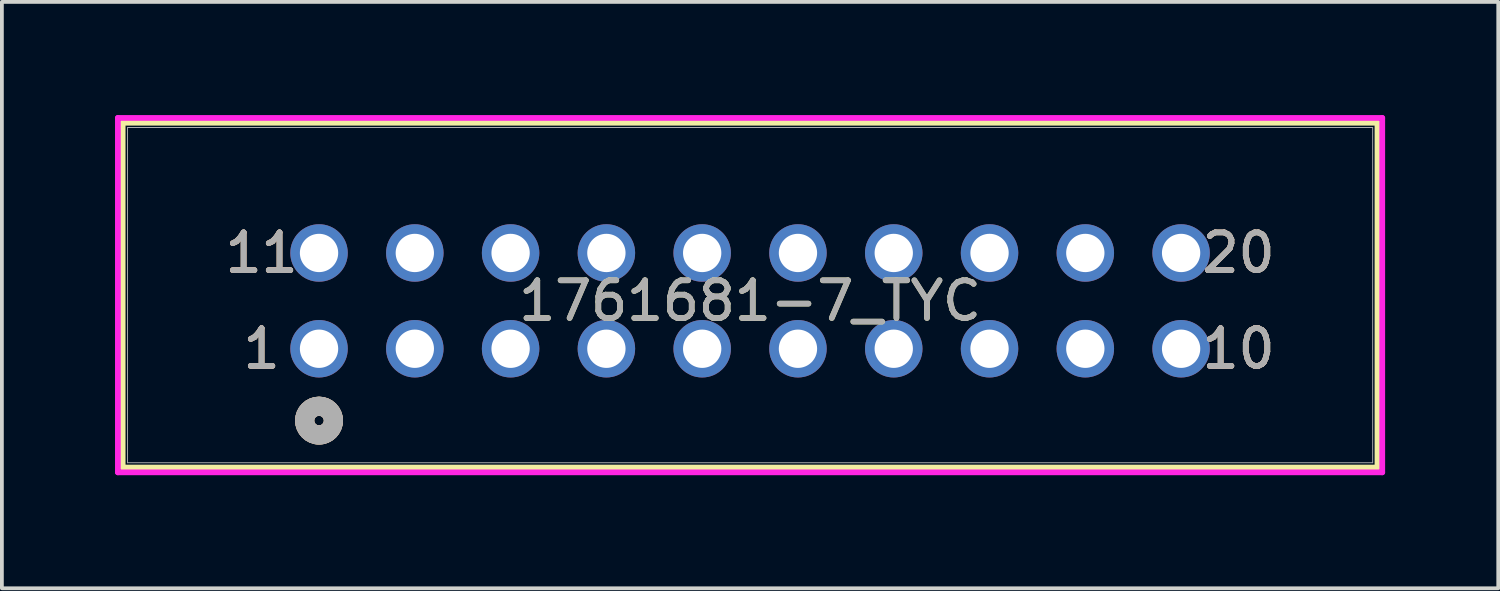
<source format=kicad_pcb>
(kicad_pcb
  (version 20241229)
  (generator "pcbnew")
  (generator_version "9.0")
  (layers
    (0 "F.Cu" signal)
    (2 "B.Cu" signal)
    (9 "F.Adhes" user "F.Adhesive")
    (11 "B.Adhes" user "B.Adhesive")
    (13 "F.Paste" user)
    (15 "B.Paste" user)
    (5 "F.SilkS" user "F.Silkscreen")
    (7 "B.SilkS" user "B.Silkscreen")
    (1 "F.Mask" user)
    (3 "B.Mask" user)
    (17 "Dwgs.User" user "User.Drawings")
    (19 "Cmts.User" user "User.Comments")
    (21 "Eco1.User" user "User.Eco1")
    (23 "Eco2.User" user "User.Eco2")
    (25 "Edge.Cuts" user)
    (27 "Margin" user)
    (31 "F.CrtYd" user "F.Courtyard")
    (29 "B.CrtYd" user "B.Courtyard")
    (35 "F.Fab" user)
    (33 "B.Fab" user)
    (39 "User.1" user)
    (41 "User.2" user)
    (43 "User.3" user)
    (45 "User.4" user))
  (footprint "1761681-7_TYC"
    (layer "F.Cu")
    (at 5.41 6.198)
    (property "Reference" "1761681-7_TYC" (at 11.43 -1.27 0) (unlocked yes) (layer "F.SilkS") (effects (font (size 1 1) (thickness 0.15))))
    (attr through_hole)
    (fp_line (start -5.207 -5.994) (end -5.207 3.15) (stroke (width 0.152) (type solid)) (layer "F.SilkS"))
    (fp_line (start -5.207 3.15) (end 28.067 3.15) (stroke (width 0.152) (type solid)) (layer "F.SilkS"))
    (fp_line (start 28.067 -5.994) (end -5.207 -5.994) (stroke (width 0.152) (type solid)) (layer "F.SilkS"))
    (fp_line (start 28.067 3.15) (end 28.067 -5.994) (stroke (width 0.152) (type solid)) (layer "F.SilkS"))
    (fp_circle (center 0 1.905) (end 0.381 1.905) (stroke (width 0.508) (type solid)) (fill no) (layer "F.SilkS"))
    (fp_circle (center 0 1.905) (end 0.381 1.905) (stroke (width 0.508) (type solid)) (fill no) (layer "B.SilkS"))
    (fp_line (start -5.334 -6.121) (end -5.334 3.277) (stroke (width 0.152) (type solid)) (layer "F.CrtYd"))
    (fp_line (start -5.334 3.277) (end 28.194 3.277) (stroke (width 0.152) (type solid)) (layer "F.CrtYd"))
    (fp_line (start 28.194 -6.121) (end -5.334 -6.121) (stroke (width 0.152) (type solid)) (layer "F.CrtYd"))
    (fp_line (start 28.194 3.277) (end 28.194 -6.121) (stroke (width 0.152) (type solid)) (layer "F.CrtYd"))
    (fp_line (start -5.08 -5.867) (end -5.08 3.023) (stroke (width 0.025) (type solid)) (layer "F.Fab"))
    (fp_line (start -5.08 3.023) (end 27.94 3.023) (stroke (width 0.025) (type solid)) (layer "F.Fab"))
    (fp_line (start 27.94 -5.867) (end -5.08 -5.867) (stroke (width 0.025) (type solid)) (layer "F.Fab"))
    (fp_line (start 27.94 3.023) (end 27.94 -5.867) (stroke (width 0.025) (type solid)) (layer "F.Fab"))
    (fp_circle (center 0 1.905) (end 0.381 1.905) (stroke (width 0.508) (type solid)) (fill no) (layer "F.Fab"))
    (fp_text user "10" (at 24.384 0 0) (unlocked yes) (layer "F.SilkS") (effects (font (size 1 1) (thickness 0.15))))
    (fp_text user "11" (at -1.524 -2.54 0) (unlocked yes) (layer "F.SilkS") (effects (font (size 1 1) (thickness 0.15))))
    (fp_text user "1" (at -1.524 0 0) (unlocked yes) (layer "F.SilkS") (effects (font (size 1 1) (thickness 0.15))))
    (fp_text user "20" (at 24.384 -2.54 0) (unlocked yes) (layer "F.SilkS") (effects (font (size 1 1) (thickness 0.15))))
    (fp_text user "11" (at -1.524 -2.54 0) (unlocked yes) (layer "B.SilkS") (effects (font (size 1 1) (thickness 0.15))))
    (fp_text user "1" (at -1.524 0 0) (unlocked yes) (layer "B.SilkS") (effects (font (size 1 1) (thickness 0.15))))
    (fp_text user "20" (at 24.384 -2.54 0) (unlocked yes) (layer "B.SilkS") (effects (font (size 1 1) (thickness 0.15))))
    (fp_text user "10" (at 24.384 0 0) (unlocked yes) (layer "B.SilkS") (effects (font (size 1 1) (thickness 0.15))))
    (fp_text user "${REFERENCE}" (at 11.43 -1.27 0) (unlocked yes) (layer "F.Fab") (effects (font (size 1 1) (thickness 0.15))))
    (fp_text user "1" (at -1.524 0 0) (unlocked yes) (layer "F.Fab") (effects (font (size 1 1) (thickness 0.15))))
    (fp_text user "10" (at 24.384 0 0) (unlocked yes) (layer "F.Fab") (effects (font (size 1 1) (thickness 0.15))))
    (fp_text user "20" (at 24.384 -2.54 0) (unlocked yes) (layer "F.Fab") (effects (font (size 1 1) (thickness 0.15))))
    (fp_text user "11" (at -1.524 -2.54 0) (unlocked yes) (layer "F.Fab") (effects (font (size 1 1) (thickness 0.15))))
    (pad "1" thru_hole circle (at 0 0) (size 1.524 1.524) (drill 1.016) (layers "*.Cu" "*.Mask"))
    (pad "2" thru_hole circle (at 2.54 0) (size 1.524 1.524) (drill 1.016) (layers "*.Cu" "*.Mask"))
    (pad "3" thru_hole circle (at 5.08 0) (size 1.524 1.524) (drill 1.016) (layers "*.Cu" "*.Mask"))
    (pad "4" thru_hole circle (at 7.62 0) (size 1.524 1.524) (drill 1.016) (layers "*.Cu" "*.Mask"))
    (pad "5" thru_hole circle (at 10.16 0) (size 1.524 1.524) (drill 1.016) (layers "*.Cu" "*.Mask"))
    (pad "6" thru_hole circle (at 12.7 0) (size 1.524 1.524) (drill 1.016) (layers "*.Cu" "*.Mask"))
    (pad "7" thru_hole circle (at 15.24 0) (size 1.524 1.524) (drill 1.016) (layers "*.Cu" "*.Mask"))
    (pad "8" thru_hole circle (at 17.78 0) (size 1.524 1.524) (drill 1.016) (layers "*.Cu" "*.Mask"))
    (pad "9" thru_hole circle (at 20.32 0) (size 1.524 1.524) (drill 1.016) (layers "*.Cu" "*.Mask"))
    (pad "10" thru_hole circle (at 22.86 0) (size 1.524 1.524) (drill 1.016) (layers "*.Cu" "*.Mask"))
    (pad "11" thru_hole circle (at 0 -2.54) (size 1.524 1.524) (drill 1.016) (layers "*.Cu" "*.Mask"))
    (pad "12" thru_hole circle (at 2.54 -2.54) (size 1.524 1.524) (drill 1.016) (layers "*.Cu" "*.Mask"))
    (pad "13" thru_hole circle (at 5.08 -2.54) (size 1.524 1.524) (drill 1.016) (layers "*.Cu" "*.Mask"))
    (pad "14" thru_hole circle (at 7.62 -2.54) (size 1.524 1.524) (drill 1.016) (layers "*.Cu" "*.Mask"))
    (pad "15" thru_hole circle (at 10.16 -2.54) (size 1.524 1.524) (drill 1.016) (layers "*.Cu" "*.Mask"))
    (pad "16" thru_hole circle (at 12.7 -2.54) (size 1.524 1.524) (drill 1.016) (layers "*.Cu" "*.Mask"))
    (pad "17" thru_hole circle (at 15.24 -2.54) (size 1.524 1.524) (drill 1.016) (layers "*.Cu" "*.Mask"))
    (pad "18" thru_hole circle (at 17.78 -2.54) (size 1.524 1.524) (drill 1.016) (layers "*.Cu" "*.Mask"))
    (pad "19" thru_hole circle (at 20.32 -2.54) (size 1.524 1.524) (drill 1.016) (layers "*.Cu" "*.Mask"))
    (pad "20" thru_hole circle (at 22.86 -2.54) (size 1.524 1.524) (drill 1.016) (layers "*.Cu" "*.Mask")))
  (gr_rect
    (start -3 -3)
    (end 36.68 12.55)
    (stroke (width 0.1) (type default))
    (fill no)
    (layer "Edge.Cuts")))
</source>
